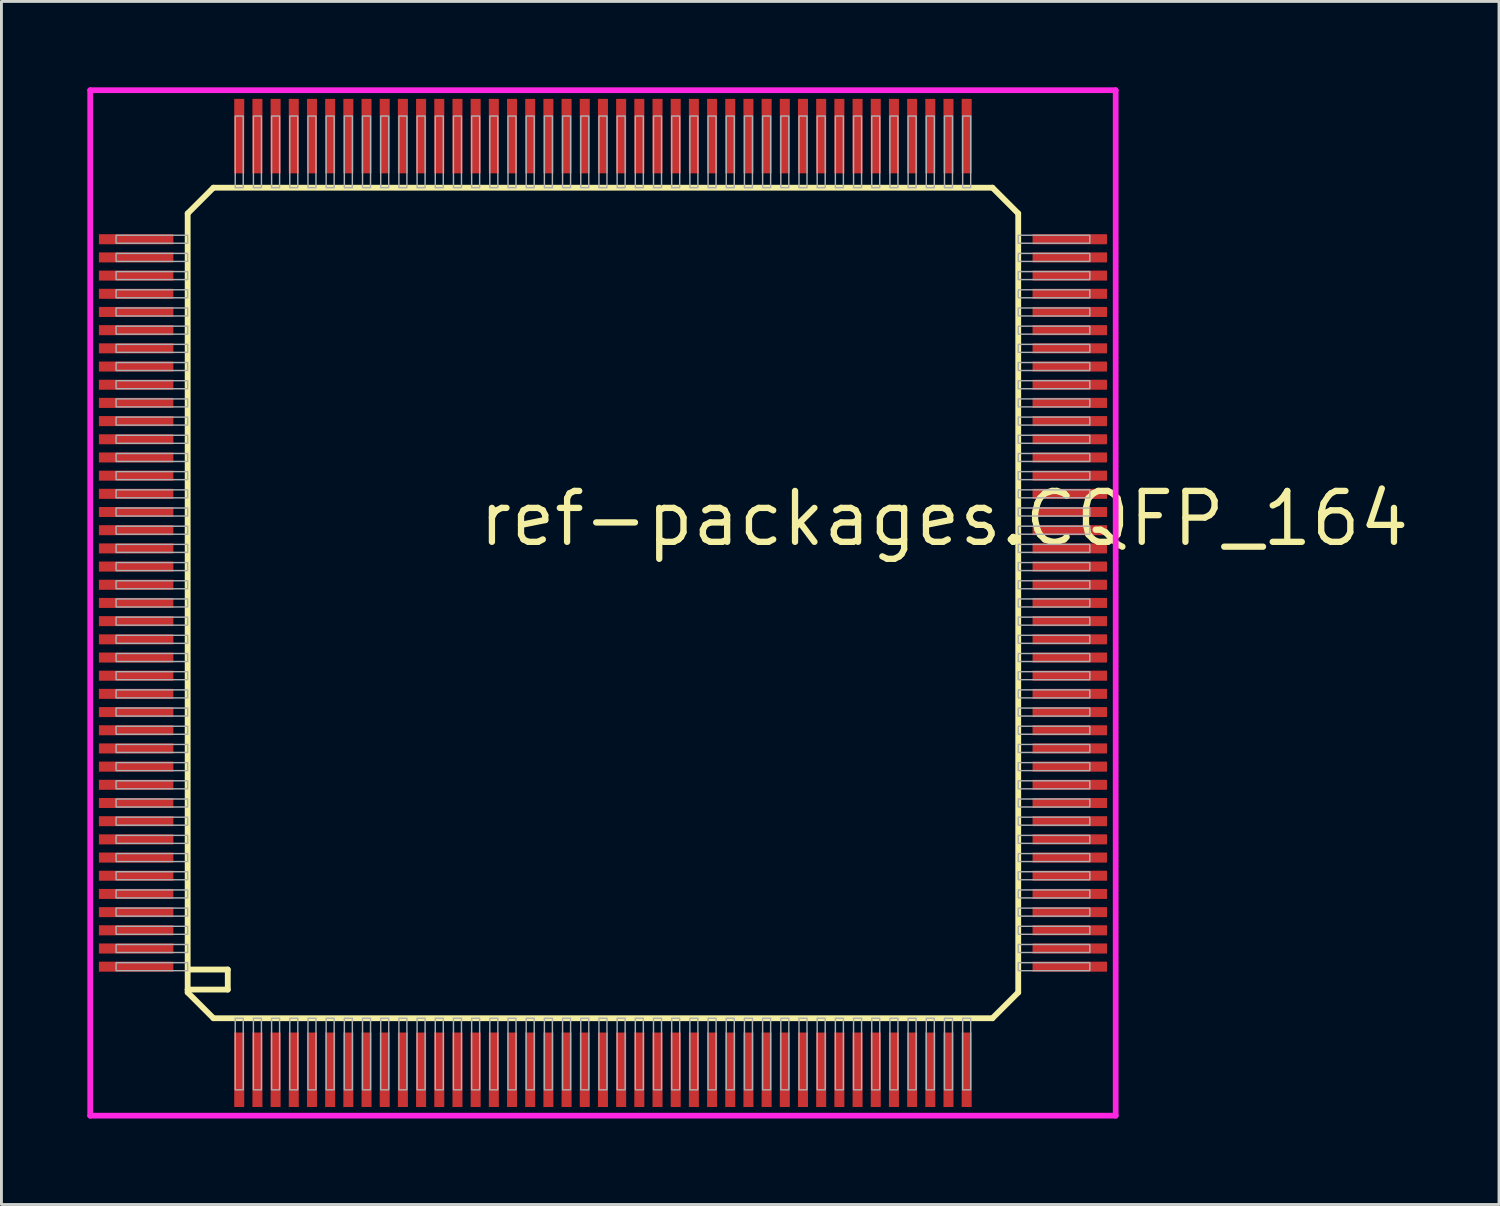
<source format=kicad_pcb>
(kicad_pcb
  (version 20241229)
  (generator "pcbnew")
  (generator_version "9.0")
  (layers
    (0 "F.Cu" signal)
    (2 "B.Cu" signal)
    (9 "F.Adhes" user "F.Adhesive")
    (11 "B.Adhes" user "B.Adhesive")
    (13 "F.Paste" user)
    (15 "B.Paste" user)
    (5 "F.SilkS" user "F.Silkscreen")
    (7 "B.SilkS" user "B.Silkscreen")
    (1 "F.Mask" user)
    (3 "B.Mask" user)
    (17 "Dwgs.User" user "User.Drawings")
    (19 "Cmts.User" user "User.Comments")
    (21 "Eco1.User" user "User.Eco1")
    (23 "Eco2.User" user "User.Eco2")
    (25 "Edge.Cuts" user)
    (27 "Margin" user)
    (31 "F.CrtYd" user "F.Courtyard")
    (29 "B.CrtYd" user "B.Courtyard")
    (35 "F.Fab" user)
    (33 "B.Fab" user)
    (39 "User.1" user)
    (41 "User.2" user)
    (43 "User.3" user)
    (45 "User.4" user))
  (footprint "ref-packages.CQFP_164"
    (layer "F.Cu")
    (at 18.003 18.003)
    (property "Reference" "ref-packages.CQFP_164" (at -4.445 -1.905 0) (layer "F.SilkS") (effects (font (size 1.778 1.778) (thickness 0.22)) (justify left bottom)))
    (attr smd)
    (fp_line (start -14.5 -13.6) (end -14.5 13.5) (stroke (width 0.203) (type default)) (layer "F.SilkS"))
    (fp_line (start -14.5 -13.6) (end -13.6 -14.5) (stroke (width 0.203) (type default)) (layer "F.SilkS"))
    (fp_line (start -14.5 13.5) (end -14.5 13.6) (stroke (width 0.203) (type default)) (layer "F.SilkS"))
    (fp_line (start -14.5 13.5) (end -13.1 13.5) (stroke (width 0.203) (type default)) (layer "F.SilkS"))
    (fp_line (start -14.5 13.6) (end -13.6 14.5) (stroke (width 0.203) (type default)) (layer "F.SilkS"))
    (fp_line (start -13.6 14.5) (end 13.6 14.5) (stroke (width 0.203) (type default)) (layer "F.SilkS"))
    (fp_line (start -13.1 12.8) (end -14.4 12.8) (stroke (width 0.203) (type default)) (layer "F.SilkS"))
    (fp_line (start -13.1 13.5) (end -13.1 12.8) (stroke (width 0.203) (type default)) (layer "F.SilkS"))
    (fp_line (start 13.6 -14.5) (end -13.6 -14.5) (stroke (width 0.203) (type default)) (layer "F.SilkS"))
    (fp_line (start 13.6 -14.5) (end 14.5 -13.6) (stroke (width 0.203) (type default)) (layer "F.SilkS"))
    (fp_line (start 13.6 14.5) (end 14.5 13.6) (stroke (width 0.203) (type default)) (layer "F.SilkS"))
    (fp_line (start 14.5 13.6) (end 14.5 -13.6) (stroke (width 0.203) (type default)) (layer "F.SilkS"))
    (fp_line (start -17.903 -17.903) (end 17.903 -17.903) (stroke (width 0.2) (type default)) (layer "F.CrtYd"))
    (fp_line (start -17.903 17.903) (end -17.903 -17.903) (stroke (width 0.2) (type default)) (layer "F.CrtYd"))
    (fp_line (start 17.903 -17.903) (end 17.903 17.903) (stroke (width 0.2) (type default)) (layer "F.CrtYd"))
    (fp_line (start 17.903 17.903) (end -17.903 17.903) (stroke (width 0.2) (type default)) (layer "F.CrtYd"))
    (fp_rect (start -17 -12.56) (end -14.5 -12.84) (stroke (width 0.05) (type default)) (fill no) (layer "F.Fab"))
    (fp_rect (start -17 -11.925) (end -14.5 -12.205) (stroke (width 0.05) (type default)) (fill no) (layer "F.Fab"))
    (fp_rect (start -17 -11.29) (end -14.5 -11.57) (stroke (width 0.05) (type default)) (fill no) (layer "F.Fab"))
    (fp_rect (start -17 -10.655) (end -14.5 -10.935) (stroke (width 0.05) (type default)) (fill no) (layer "F.Fab"))
    (fp_rect (start -17 -10.02) (end -14.5 -10.3) (stroke (width 0.05) (type default)) (fill no) (layer "F.Fab"))
    (fp_rect (start -17 -9.385) (end -14.5 -9.665) (stroke (width 0.05) (type default)) (fill no) (layer "F.Fab"))
    (fp_rect (start -17 -8.75) (end -14.5 -9.03) (stroke (width 0.05) (type default)) (fill no) (layer "F.Fab"))
    (fp_rect (start -17 -8.115) (end -14.5 -8.395) (stroke (width 0.05) (type default)) (fill no) (layer "F.Fab"))
    (fp_rect (start -17 -7.48) (end -14.5 -7.76) (stroke (width 0.05) (type default)) (fill no) (layer "F.Fab"))
    (fp_rect (start -17 -6.845) (end -14.5 -7.125) (stroke (width 0.05) (type default)) (fill no) (layer "F.Fab"))
    (fp_rect (start -17 -6.21) (end -14.5 -6.49) (stroke (width 0.05) (type default)) (fill no) (layer "F.Fab"))
    (fp_rect (start -17 -5.575) (end -14.5 -5.855) (stroke (width 0.05) (type default)) (fill no) (layer "F.Fab"))
    (fp_rect (start -17 -4.94) (end -14.5 -5.22) (stroke (width 0.05) (type default)) (fill no) (layer "F.Fab"))
    (fp_rect (start -17 -4.305) (end -14.5 -4.585) (stroke (width 0.05) (type default)) (fill no) (layer "F.Fab"))
    (fp_rect (start -17 -3.67) (end -14.5 -3.95) (stroke (width 0.05) (type default)) (fill no) (layer "F.Fab"))
    (fp_rect (start -17 -3.035) (end -14.5 -3.315) (stroke (width 0.05) (type default)) (fill no) (layer "F.Fab"))
    (fp_rect (start -17 -2.4) (end -14.5 -2.68) (stroke (width 0.05) (type default)) (fill no) (layer "F.Fab"))
    (fp_rect (start -17 -1.765) (end -14.5 -2.045) (stroke (width 0.05) (type default)) (fill no) (layer "F.Fab"))
    (fp_rect (start -17 -1.13) (end -14.5 -1.41) (stroke (width 0.05) (type default)) (fill no) (layer "F.Fab"))
    (fp_rect (start -17 -0.495) (end -14.5 -0.775) (stroke (width 0.05) (type default)) (fill no) (layer "F.Fab"))
    (fp_rect (start -17 0.14) (end -14.5 -0.14) (stroke (width 0.05) (type default)) (fill no) (layer "F.Fab"))
    (fp_rect (start -17 0.775) (end -14.5 0.495) (stroke (width 0.05) (type default)) (fill no) (layer "F.Fab"))
    (fp_rect (start -17 1.41) (end -14.5 1.13) (stroke (width 0.05) (type default)) (fill no) (layer "F.Fab"))
    (fp_rect (start -17 2.045) (end -14.5 1.765) (stroke (width 0.05) (type default)) (fill no) (layer "F.Fab"))
    (fp_rect (start -17 2.68) (end -14.5 2.4) (stroke (width 0.05) (type default)) (fill no) (layer "F.Fab"))
    (fp_rect (start -17 3.315) (end -14.5 3.035) (stroke (width 0.05) (type default)) (fill no) (layer "F.Fab"))
    (fp_rect (start -17 3.95) (end -14.5 3.67) (stroke (width 0.05) (type default)) (fill no) (layer "F.Fab"))
    (fp_rect (start -17 4.585) (end -14.5 4.305) (stroke (width 0.05) (type default)) (fill no) (layer "F.Fab"))
    (fp_rect (start -17 5.22) (end -14.5 4.94) (stroke (width 0.05) (type default)) (fill no) (layer "F.Fab"))
    (fp_rect (start -17 5.855) (end -14.5 5.575) (stroke (width 0.05) (type default)) (fill no) (layer "F.Fab"))
    (fp_rect (start -17 6.49) (end -14.5 6.21) (stroke (width 0.05) (type default)) (fill no) (layer "F.Fab"))
    (fp_rect (start -17 7.125) (end -14.5 6.845) (stroke (width 0.05) (type default)) (fill no) (layer "F.Fab"))
    (fp_rect (start -17 7.76) (end -14.5 7.48) (stroke (width 0.05) (type default)) (fill no) (layer "F.Fab"))
    (fp_rect (start -17 8.395) (end -14.5 8.115) (stroke (width 0.05) (type default)) (fill no) (layer "F.Fab"))
    (fp_rect (start -17 9.03) (end -14.5 8.75) (stroke (width 0.05) (type default)) (fill no) (layer "F.Fab"))
    (fp_rect (start -17 9.665) (end -14.5 9.385) (stroke (width 0.05) (type default)) (fill no) (layer "F.Fab"))
    (fp_rect (start -17 10.3) (end -14.5 10.02) (stroke (width 0.05) (type default)) (fill no) (layer "F.Fab"))
    (fp_rect (start -17 10.935) (end -14.5 10.655) (stroke (width 0.05) (type default)) (fill no) (layer "F.Fab"))
    (fp_rect (start -17 11.57) (end -14.5 11.29) (stroke (width 0.05) (type default)) (fill no) (layer "F.Fab"))
    (fp_rect (start -17 12.205) (end -14.5 11.925) (stroke (width 0.05) (type default)) (fill no) (layer "F.Fab"))
    (fp_rect (start -17 12.84) (end -14.5 12.56) (stroke (width 0.05) (type default)) (fill no) (layer "F.Fab"))
    (fp_rect (start -12.84 -14.5) (end -12.56 -17) (stroke (width 0.05) (type default)) (fill no) (layer "F.Fab"))
    (fp_rect (start -12.84 17) (end -12.56 14.5) (stroke (width 0.05) (type default)) (fill no) (layer "F.Fab"))
    (fp_rect (start -12.205 -14.5) (end -11.925 -17) (stroke (width 0.05) (type default)) (fill no) (layer "F.Fab"))
    (fp_rect (start -12.205 17) (end -11.925 14.5) (stroke (width 0.05) (type default)) (fill no) (layer "F.Fab"))
    (fp_rect (start -11.57 -14.5) (end -11.29 -17) (stroke (width 0.05) (type default)) (fill no) (layer "F.Fab"))
    (fp_rect (start -11.57 17) (end -11.29 14.5) (stroke (width 0.05) (type default)) (fill no) (layer "F.Fab"))
    (fp_rect (start -10.935 -14.5) (end -10.655 -17) (stroke (width 0.05) (type default)) (fill no) (layer "F.Fab"))
    (fp_rect (start -10.935 17) (end -10.655 14.5) (stroke (width 0.05) (type default)) (fill no) (layer "F.Fab"))
    (fp_rect (start -10.3 -14.5) (end -10.02 -17) (stroke (width 0.05) (type default)) (fill no) (layer "F.Fab"))
    (fp_rect (start -10.3 17) (end -10.02 14.5) (stroke (width 0.05) (type default)) (fill no) (layer "F.Fab"))
    (fp_rect (start -9.665 -14.5) (end -9.385 -17) (stroke (width 0.05) (type default)) (fill no) (layer "F.Fab"))
    (fp_rect (start -9.665 17) (end -9.385 14.5) (stroke (width 0.05) (type default)) (fill no) (layer "F.Fab"))
    (fp_rect (start -9.03 -14.5) (end -8.75 -17) (stroke (width 0.05) (type default)) (fill no) (layer "F.Fab"))
    (fp_rect (start -9.03 17) (end -8.75 14.5) (stroke (width 0.05) (type default)) (fill no) (layer "F.Fab"))
    (fp_rect (start -8.395 -14.5) (end -8.115 -17) (stroke (width 0.05) (type default)) (fill no) (layer "F.Fab"))
    (fp_rect (start -8.395 17) (end -8.115 14.5) (stroke (width 0.05) (type default)) (fill no) (layer "F.Fab"))
    (fp_rect (start -7.76 -14.5) (end -7.48 -17) (stroke (width 0.05) (type default)) (fill no) (layer "F.Fab"))
    (fp_rect (start -7.76 17) (end -7.48 14.5) (stroke (width 0.05) (type default)) (fill no) (layer "F.Fab"))
    (fp_rect (start -7.125 -14.5) (end -6.845 -17) (stroke (width 0.05) (type default)) (fill no) (layer "F.Fab"))
    (fp_rect (start -7.125 17) (end -6.845 14.5) (stroke (width 0.05) (type default)) (fill no) (layer "F.Fab"))
    (fp_rect (start -6.49 -14.5) (end -6.21 -17) (stroke (width 0.05) (type default)) (fill no) (layer "F.Fab"))
    (fp_rect (start -6.49 17) (end -6.21 14.5) (stroke (width 0.05) (type default)) (fill no) (layer "F.Fab"))
    (fp_rect (start -5.855 -14.5) (end -5.575 -17) (stroke (width 0.05) (type default)) (fill no) (layer "F.Fab"))
    (fp_rect (start -5.855 17) (end -5.575 14.5) (stroke (width 0.05) (type default)) (fill no) (layer "F.Fab"))
    (fp_rect (start -5.22 -14.5) (end -4.94 -17) (stroke (width 0.05) (type default)) (fill no) (layer "F.Fab"))
    (fp_rect (start -5.22 17) (end -4.94 14.5) (stroke (width 0.05) (type default)) (fill no) (layer "F.Fab"))
    (fp_rect (start -4.585 -14.5) (end -4.305 -17) (stroke (width 0.05) (type default)) (fill no) (layer "F.Fab"))
    (fp_rect (start -4.585 17) (end -4.305 14.5) (stroke (width 0.05) (type default)) (fill no) (layer "F.Fab"))
    (fp_rect (start -3.95 -14.5) (end -3.67 -17) (stroke (width 0.05) (type default)) (fill no) (layer "F.Fab"))
    (fp_rect (start -3.95 17) (end -3.67 14.5) (stroke (width 0.05) (type default)) (fill no) (layer "F.Fab"))
    (fp_rect (start -3.315 -14.5) (end -3.035 -17) (stroke (width 0.05) (type default)) (fill no) (layer "F.Fab"))
    (fp_rect (start -3.315 17) (end -3.035 14.5) (stroke (width 0.05) (type default)) (fill no) (layer "F.Fab"))
    (fp_rect (start -2.68 -14.5) (end -2.4 -17) (stroke (width 0.05) (type default)) (fill no) (layer "F.Fab"))
    (fp_rect (start -2.68 17) (end -2.4 14.5) (stroke (width 0.05) (type default)) (fill no) (layer "F.Fab"))
    (fp_rect (start -2.045 -14.5) (end -1.765 -17) (stroke (width 0.05) (type default)) (fill no) (layer "F.Fab"))
    (fp_rect (start -2.045 17) (end -1.765 14.5) (stroke (width 0.05) (type default)) (fill no) (layer "F.Fab"))
    (fp_rect (start -1.41 -14.5) (end -1.13 -17) (stroke (width 0.05) (type default)) (fill no) (layer "F.Fab"))
    (fp_rect (start -1.41 17) (end -1.13 14.5) (stroke (width 0.05) (type default)) (fill no) (layer "F.Fab"))
    (fp_rect (start -0.775 -14.5) (end -0.495 -17) (stroke (width 0.05) (type default)) (fill no) (layer "F.Fab"))
    (fp_rect (start -0.775 17) (end -0.495 14.5) (stroke (width 0.05) (type default)) (fill no) (layer "F.Fab"))
    (fp_rect (start -0.14 -14.5) (end 0.14 -17) (stroke (width 0.05) (type default)) (fill no) (layer "F.Fab"))
    (fp_rect (start -0.14 17) (end 0.14 14.5) (stroke (width 0.05) (type default)) (fill no) (layer "F.Fab"))
    (fp_rect (start 0.495 -14.5) (end 0.775 -17) (stroke (width 0.05) (type default)) (fill no) (layer "F.Fab"))
    (fp_rect (start 0.495 17) (end 0.775 14.5) (stroke (width 0.05) (type default)) (fill no) (layer "F.Fab"))
    (fp_rect (start 1.13 -14.5) (end 1.41 -17) (stroke (width 0.05) (type default)) (fill no) (layer "F.Fab"))
    (fp_rect (start 1.13 17) (end 1.41 14.5) (stroke (width 0.05) (type default)) (fill no) (layer "F.Fab"))
    (fp_rect (start 1.765 -14.5) (end 2.045 -17) (stroke (width 0.05) (type default)) (fill no) (layer "F.Fab"))
    (fp_rect (start 1.765 17) (end 2.045 14.5) (stroke (width 0.05) (type default)) (fill no) (layer "F.Fab"))
    (fp_rect (start 2.4 -14.5) (end 2.68 -17) (stroke (width 0.05) (type default)) (fill no) (layer "F.Fab"))
    (fp_rect (start 2.4 17) (end 2.68 14.5) (stroke (width 0.05) (type default)) (fill no) (layer "F.Fab"))
    (fp_rect (start 3.035 -14.5) (end 3.315 -17) (stroke (width 0.05) (type default)) (fill no) (layer "F.Fab"))
    (fp_rect (start 3.035 17) (end 3.315 14.5) (stroke (width 0.05) (type default)) (fill no) (layer "F.Fab"))
    (fp_rect (start 3.67 -14.5) (end 3.95 -17) (stroke (width 0.05) (type default)) (fill no) (layer "F.Fab"))
    (fp_rect (start 3.67 17) (end 3.95 14.5) (stroke (width 0.05) (type default)) (fill no) (layer "F.Fab"))
    (fp_rect (start 4.305 -14.5) (end 4.585 -17) (stroke (width 0.05) (type default)) (fill no) (layer "F.Fab"))
    (fp_rect (start 4.305 17) (end 4.585 14.5) (stroke (width 0.05) (type default)) (fill no) (layer "F.Fab"))
    (fp_rect (start 4.94 -14.5) (end 5.22 -17) (stroke (width 0.05) (type default)) (fill no) (layer "F.Fab"))
    (fp_rect (start 4.94 17) (end 5.22 14.5) (stroke (width 0.05) (type default)) (fill no) (layer "F.Fab"))
    (fp_rect (start 5.575 -14.5) (end 5.855 -17) (stroke (width 0.05) (type default)) (fill no) (layer "F.Fab"))
    (fp_rect (start 5.575 17) (end 5.855 14.5) (stroke (width 0.05) (type default)) (fill no) (layer "F.Fab"))
    (fp_rect (start 6.21 -14.5) (end 6.49 -17) (stroke (width 0.05) (type default)) (fill no) (layer "F.Fab"))
    (fp_rect (start 6.21 17) (end 6.49 14.5) (stroke (width 0.05) (type default)) (fill no) (layer "F.Fab"))
    (fp_rect (start 6.845 -14.5) (end 7.125 -17) (stroke (width 0.05) (type default)) (fill no) (layer "F.Fab"))
    (fp_rect (start 6.845 17) (end 7.125 14.5) (stroke (width 0.05) (type default)) (fill no) (layer "F.Fab"))
    (fp_rect (start 7.48 -14.5) (end 7.76 -17) (stroke (width 0.05) (type default)) (fill no) (layer "F.Fab"))
    (fp_rect (start 7.48 17) (end 7.76 14.5) (stroke (width 0.05) (type default)) (fill no) (layer "F.Fab"))
    (fp_rect (start 8.115 -14.5) (end 8.395 -17) (stroke (width 0.05) (type default)) (fill no) (layer "F.Fab"))
    (fp_rect (start 8.115 17) (end 8.395 14.5) (stroke (width 0.05) (type default)) (fill no) (layer "F.Fab"))
    (fp_rect (start 8.75 -14.5) (end 9.03 -17) (stroke (width 0.05) (type default)) (fill no) (layer "F.Fab"))
    (fp_rect (start 8.75 17) (end 9.03 14.5) (stroke (width 0.05) (type default)) (fill no) (layer "F.Fab"))
    (fp_rect (start 9.385 -14.5) (end 9.665 -17) (stroke (width 0.05) (type default)) (fill no) (layer "F.Fab"))
    (fp_rect (start 9.385 17) (end 9.665 14.5) (stroke (width 0.05) (type default)) (fill no) (layer "F.Fab"))
    (fp_rect (start 10.02 -14.5) (end 10.3 -17) (stroke (width 0.05) (type default)) (fill no) (layer "F.Fab"))
    (fp_rect (start 10.02 17) (end 10.3 14.5) (stroke (width 0.05) (type default)) (fill no) (layer "F.Fab"))
    (fp_rect (start 10.655 -14.5) (end 10.935 -17) (stroke (width 0.05) (type default)) (fill no) (layer "F.Fab"))
    (fp_rect (start 10.655 17) (end 10.935 14.5) (stroke (width 0.05) (type default)) (fill no) (layer "F.Fab"))
    (fp_rect (start 11.29 -14.5) (end 11.57 -17) (stroke (width 0.05) (type default)) (fill no) (layer "F.Fab"))
    (fp_rect (start 11.29 17) (end 11.57 14.5) (stroke (width 0.05) (type default)) (fill no) (layer "F.Fab"))
    (fp_rect (start 11.925 -14.5) (end 12.205 -17) (stroke (width 0.05) (type default)) (fill no) (layer "F.Fab"))
    (fp_rect (start 11.925 17) (end 12.205 14.5) (stroke (width 0.05) (type default)) (fill no) (layer "F.Fab"))
    (fp_rect (start 12.56 -14.5) (end 12.84 -17) (stroke (width 0.05) (type default)) (fill no) (layer "F.Fab"))
    (fp_rect (start 12.56 17) (end 12.84 14.5) (stroke (width 0.05) (type default)) (fill no) (layer "F.Fab"))
    (fp_rect (start 14.5 -12.56) (end 17 -12.84) (stroke (width 0.05) (type default)) (fill no) (layer "F.Fab"))
    (fp_rect (start 14.5 -11.925) (end 17 -12.205) (stroke (width 0.05) (type default)) (fill no) (layer "F.Fab"))
    (fp_rect (start 14.5 -11.29) (end 17 -11.57) (stroke (width 0.05) (type default)) (fill no) (layer "F.Fab"))
    (fp_rect (start 14.5 -10.655) (end 17 -10.935) (stroke (width 0.05) (type default)) (fill no) (layer "F.Fab"))
    (fp_rect (start 14.5 -10.02) (end 17 -10.3) (stroke (width 0.05) (type default)) (fill no) (layer "F.Fab"))
    (fp_rect (start 14.5 -9.385) (end 17 -9.665) (stroke (width 0.05) (type default)) (fill no) (layer "F.Fab"))
    (fp_rect (start 14.5 -8.75) (end 17 -9.03) (stroke (width 0.05) (type default)) (fill no) (layer "F.Fab"))
    (fp_rect (start 14.5 -8.115) (end 17 -8.395) (stroke (width 0.05) (type default)) (fill no) (layer "F.Fab"))
    (fp_rect (start 14.5 -7.48) (end 17 -7.76) (stroke (width 0.05) (type default)) (fill no) (layer "F.Fab"))
    (fp_rect (start 14.5 -6.845) (end 17 -7.125) (stroke (width 0.05) (type default)) (fill no) (layer "F.Fab"))
    (fp_rect (start 14.5 -6.21) (end 17 -6.49) (stroke (width 0.05) (type default)) (fill no) (layer "F.Fab"))
    (fp_rect (start 14.5 -5.575) (end 17 -5.855) (stroke (width 0.05) (type default)) (fill no) (layer "F.Fab"))
    (fp_rect (start 14.5 -4.94) (end 17 -5.22) (stroke (width 0.05) (type default)) (fill no) (layer "F.Fab"))
    (fp_rect (start 14.5 -4.305) (end 17 -4.585) (stroke (width 0.05) (type default)) (fill no) (layer "F.Fab"))
    (fp_rect (start 14.5 -3.67) (end 17 -3.95) (stroke (width 0.05) (type default)) (fill no) (layer "F.Fab"))
    (fp_rect (start 14.5 -3.035) (end 17 -3.315) (stroke (width 0.05) (type default)) (fill no) (layer "F.Fab"))
    (fp_rect (start 14.5 -2.4) (end 17 -2.68) (stroke (width 0.05) (type default)) (fill no) (layer "F.Fab"))
    (fp_rect (start 14.5 -1.765) (end 17 -2.045) (stroke (width 0.05) (type default)) (fill no) (layer "F.Fab"))
    (fp_rect (start 14.5 -1.13) (end 17 -1.41) (stroke (width 0.05) (type default)) (fill no) (layer "F.Fab"))
    (fp_rect (start 14.5 -0.495) (end 17 -0.775) (stroke (width 0.05) (type default)) (fill no) (layer "F.Fab"))
    (fp_rect (start 14.5 0.14) (end 17 -0.14) (stroke (width 0.05) (type default)) (fill no) (layer "F.Fab"))
    (fp_rect (start 14.5 0.775) (end 17 0.495) (stroke (width 0.05) (type default)) (fill no) (layer "F.Fab"))
    (fp_rect (start 14.5 1.41) (end 17 1.13) (stroke (width 0.05) (type default)) (fill no) (layer "F.Fab"))
    (fp_rect (start 14.5 2.045) (end 17 1.765) (stroke (width 0.05) (type default)) (fill no) (layer "F.Fab"))
    (fp_rect (start 14.5 2.68) (end 17 2.4) (stroke (width 0.05) (type default)) (fill no) (layer "F.Fab"))
    (fp_rect (start 14.5 3.315) (end 17 3.035) (stroke (width 0.05) (type default)) (fill no) (layer "F.Fab"))
    (fp_rect (start 14.5 3.95) (end 17 3.67) (stroke (width 0.05) (type default)) (fill no) (layer "F.Fab"))
    (fp_rect (start 14.5 4.585) (end 17 4.305) (stroke (width 0.05) (type default)) (fill no) (layer "F.Fab"))
    (fp_rect (start 14.5 5.22) (end 17 4.94) (stroke (width 0.05) (type default)) (fill no) (layer "F.Fab"))
    (fp_rect (start 14.5 5.855) (end 17 5.575) (stroke (width 0.05) (type default)) (fill no) (layer "F.Fab"))
    (fp_rect (start 14.5 6.49) (end 17 6.21) (stroke (width 0.05) (type default)) (fill no) (layer "F.Fab"))
    (fp_rect (start 14.5 7.125) (end 17 6.845) (stroke (width 0.05) (type default)) (fill no) (layer "F.Fab"))
    (fp_rect (start 14.5 7.76) (end 17 7.48) (stroke (width 0.05) (type default)) (fill no) (layer "F.Fab"))
    (fp_rect (start 14.5 8.395) (end 17 8.115) (stroke (width 0.05) (type default)) (fill no) (layer "F.Fab"))
    (fp_rect (start 14.5 9.03) (end 17 8.75) (stroke (width 0.05) (type default)) (fill no) (layer "F.Fab"))
    (fp_rect (start 14.5 9.665) (end 17 9.385) (stroke (width 0.05) (type default)) (fill no) (layer "F.Fab"))
    (fp_rect (start 14.5 10.3) (end 17 10.02) (stroke (width 0.05) (type default)) (fill no) (layer "F.Fab"))
    (fp_rect (start 14.5 10.935) (end 17 10.655) (stroke (width 0.05) (type default)) (fill no) (layer "F.Fab"))
    (fp_rect (start 14.5 11.57) (end 17 11.29) (stroke (width 0.05) (type default)) (fill no) (layer "F.Fab"))
    (fp_rect (start 14.5 12.205) (end 17 11.925) (stroke (width 0.05) (type default)) (fill no) (layer "F.Fab"))
    (fp_rect (start 14.5 12.84) (end 17 12.56) (stroke (width 0.05) (type default)) (fill no) (layer "F.Fab"))
    (pad "1" smd roundrect (at -12.7 16.3) (size 0.35 2.6) (layers "F.Cu" "F.Mask" "F.Paste") (roundrect_rratio 0.01))
    (pad "2" smd roundrect (at -12.065 16.3) (size 0.35 2.6) (layers "F.Cu" "F.Mask" "F.Paste") (roundrect_rratio 0.01))
    (pad "3" smd roundrect (at -11.43 16.3) (size 0.35 2.6) (layers "F.Cu" "F.Mask" "F.Paste") (roundrect_rratio 0.01))
    (pad "4" smd roundrect (at -10.795 16.3) (size 0.35 2.6) (layers "F.Cu" "F.Mask" "F.Paste") (roundrect_rratio 0.01))
    (pad "5" smd roundrect (at -10.16 16.3) (size 0.35 2.6) (layers "F.Cu" "F.Mask" "F.Paste") (roundrect_rratio 0.01))
    (pad "6" smd roundrect (at -9.525 16.3) (size 0.35 2.6) (layers "F.Cu" "F.Mask" "F.Paste") (roundrect_rratio 0.01))
    (pad "7" smd roundrect (at -8.89 16.3) (size 0.35 2.6) (layers "F.Cu" "F.Mask" "F.Paste") (roundrect_rratio 0.01))
    (pad "8" smd roundrect (at -8.255 16.3) (size 0.35 2.6) (layers "F.Cu" "F.Mask" "F.Paste") (roundrect_rratio 0.01))
    (pad "9" smd roundrect (at -7.62 16.3) (size 0.35 2.6) (layers "F.Cu" "F.Mask" "F.Paste") (roundrect_rratio 0.01))
    (pad "10" smd roundrect (at -6.985 16.3) (size 0.35 2.6) (layers "F.Cu" "F.Mask" "F.Paste") (roundrect_rratio 0.01))
    (pad "11" smd roundrect (at -6.35 16.3) (size 0.35 2.6) (layers "F.Cu" "F.Mask" "F.Paste") (roundrect_rratio 0.01))
    (pad "12" smd roundrect (at -5.715 16.3) (size 0.35 2.6) (layers "F.Cu" "F.Mask" "F.Paste") (roundrect_rratio 0.01))
    (pad "13" smd roundrect (at -5.08 16.3) (size 0.35 2.6) (layers "F.Cu" "F.Mask" "F.Paste") (roundrect_rratio 0.01))
    (pad "14" smd roundrect (at -4.445 16.3) (size 0.35 2.6) (layers "F.Cu" "F.Mask" "F.Paste") (roundrect_rratio 0.01))
    (pad "15" smd roundrect (at -3.81 16.3) (size 0.35 2.6) (layers "F.Cu" "F.Mask" "F.Paste") (roundrect_rratio 0.01))
    (pad "16" smd roundrect (at -3.175 16.3) (size 0.35 2.6) (layers "F.Cu" "F.Mask" "F.Paste") (roundrect_rratio 0.01))
    (pad "17" smd roundrect (at -2.54 16.3) (size 0.35 2.6) (layers "F.Cu" "F.Mask" "F.Paste") (roundrect_rratio 0.01))
    (pad "18" smd roundrect (at -1.905 16.3) (size 0.35 2.6) (layers "F.Cu" "F.Mask" "F.Paste") (roundrect_rratio 0.01))
    (pad "19" smd roundrect (at -1.27 16.3) (size 0.35 2.6) (layers "F.Cu" "F.Mask" "F.Paste") (roundrect_rratio 0.01))
    (pad "20" smd roundrect (at -0.635 16.3) (size 0.35 2.6) (layers "F.Cu" "F.Mask" "F.Paste") (roundrect_rratio 0.01))
    (pad "21" smd roundrect (at 0 16.3) (size 0.35 2.6) (layers "F.Cu" "F.Mask" "F.Paste") (roundrect_rratio 0.01))
    (pad "22" smd roundrect (at 0.635 16.3) (size 0.35 2.6) (layers "F.Cu" "F.Mask" "F.Paste") (roundrect_rratio 0.01))
    (pad "23" smd roundrect (at 1.27 16.3) (size 0.35 2.6) (layers "F.Cu" "F.Mask" "F.Paste") (roundrect_rratio 0.01))
    (pad "24" smd roundrect (at 1.905 16.3) (size 0.35 2.6) (layers "F.Cu" "F.Mask" "F.Paste") (roundrect_rratio 0.01))
    (pad "25" smd roundrect (at 2.54 16.3) (size 0.35 2.6) (layers "F.Cu" "F.Mask" "F.Paste") (roundrect_rratio 0.01))
    (pad "26" smd roundrect (at 3.175 16.3) (size 0.35 2.6) (layers "F.Cu" "F.Mask" "F.Paste") (roundrect_rratio 0.01))
    (pad "27" smd roundrect (at 3.81 16.3) (size 0.35 2.6) (layers "F.Cu" "F.Mask" "F.Paste") (roundrect_rratio 0.01))
    (pad "28" smd roundrect (at 4.445 16.3) (size 0.35 2.6) (layers "F.Cu" "F.Mask" "F.Paste") (roundrect_rratio 0.01))
    (pad "29" smd roundrect (at 5.08 16.3) (size 0.35 2.6) (layers "F.Cu" "F.Mask" "F.Paste") (roundrect_rratio 0.01))
    (pad "30" smd roundrect (at 5.715 16.3) (size 0.35 2.6) (layers "F.Cu" "F.Mask" "F.Paste") (roundrect_rratio 0.01))
    (pad "31" smd roundrect (at 6.35 16.3) (size 0.35 2.6) (layers "F.Cu" "F.Mask" "F.Paste") (roundrect_rratio 0.01))
    (pad "32" smd roundrect (at 6.985 16.3) (size 0.35 2.6) (layers "F.Cu" "F.Mask" "F.Paste") (roundrect_rratio 0.01))
    (pad "33" smd roundrect (at 7.62 16.3) (size 0.35 2.6) (layers "F.Cu" "F.Mask" "F.Paste") (roundrect_rratio 0.01))
    (pad "34" smd roundrect (at 8.255 16.3) (size 0.35 2.6) (layers "F.Cu" "F.Mask" "F.Paste") (roundrect_rratio 0.01))
    (pad "35" smd roundrect (at 8.89 16.3) (size 0.35 2.6) (layers "F.Cu" "F.Mask" "F.Paste") (roundrect_rratio 0.01))
    (pad "36" smd roundrect (at 9.525 16.3) (size 0.35 2.6) (layers "F.Cu" "F.Mask" "F.Paste") (roundrect_rratio 0.01))
    (pad "37" smd roundrect (at 10.16 16.3) (size 0.35 2.6) (layers "F.Cu" "F.Mask" "F.Paste") (roundrect_rratio 0.01))
    (pad "38" smd roundrect (at 10.795 16.3) (size 0.35 2.6) (layers "F.Cu" "F.Mask" "F.Paste") (roundrect_rratio 0.01))
    (pad "39" smd roundrect (at 11.43 16.3) (size 0.35 2.6) (layers "F.Cu" "F.Mask" "F.Paste") (roundrect_rratio 0.01))
    (pad "40" smd roundrect (at 12.065 16.3) (size 0.35 2.6) (layers "F.Cu" "F.Mask" "F.Paste") (roundrect_rratio 0.01))
    (pad "41" smd roundrect (at 12.7 16.3) (size 0.35 2.6) (layers "F.Cu" "F.Mask" "F.Paste") (roundrect_rratio 0.01))
    (pad "42" smd roundrect (at 16.3 12.7) (size 2.6 0.35) (layers "F.Cu" "F.Mask" "F.Paste") (roundrect_rratio 0.01))
    (pad "43" smd roundrect (at 16.3 12.065) (size 2.6 0.35) (layers "F.Cu" "F.Mask" "F.Paste") (roundrect_rratio 0.01))
    (pad "44" smd roundrect (at 16.3 11.43) (size 2.6 0.35) (layers "F.Cu" "F.Mask" "F.Paste") (roundrect_rratio 0.01))
    (pad "45" smd roundrect (at 16.3 10.795) (size 2.6 0.35) (layers "F.Cu" "F.Mask" "F.Paste") (roundrect_rratio 0.01))
    (pad "46" smd roundrect (at 16.3 10.16) (size 2.6 0.35) (layers "F.Cu" "F.Mask" "F.Paste") (roundrect_rratio 0.01))
    (pad "47" smd roundrect (at 16.3 9.525) (size 2.6 0.35) (layers "F.Cu" "F.Mask" "F.Paste") (roundrect_rratio 0.01))
    (pad "48" smd roundrect (at 16.3 8.89) (size 2.6 0.35) (layers "F.Cu" "F.Mask" "F.Paste") (roundrect_rratio 0.01))
    (pad "49" smd roundrect (at 16.3 8.255) (size 2.6 0.35) (layers "F.Cu" "F.Mask" "F.Paste") (roundrect_rratio 0.01))
    (pad "50" smd roundrect (at 16.3 7.62) (size 2.6 0.35) (layers "F.Cu" "F.Mask" "F.Paste") (roundrect_rratio 0.01))
    (pad "51" smd roundrect (at 16.3 6.985) (size 2.6 0.35) (layers "F.Cu" "F.Mask" "F.Paste") (roundrect_rratio 0.01))
    (pad "52" smd roundrect (at 16.3 6.35) (size 2.6 0.35) (layers "F.Cu" "F.Mask" "F.Paste") (roundrect_rratio 0.01))
    (pad "53" smd roundrect (at 16.3 5.715) (size 2.6 0.35) (layers "F.Cu" "F.Mask" "F.Paste") (roundrect_rratio 0.01))
    (pad "54" smd roundrect (at 16.3 5.08) (size 2.6 0.35) (layers "F.Cu" "F.Mask" "F.Paste") (roundrect_rratio 0.01))
    (pad "55" smd roundrect (at 16.3 4.445) (size 2.6 0.35) (layers "F.Cu" "F.Mask" "F.Paste") (roundrect_rratio 0.01))
    (pad "56" smd roundrect (at 16.3 3.81) (size 2.6 0.35) (layers "F.Cu" "F.Mask" "F.Paste") (roundrect_rratio 0.01))
    (pad "57" smd roundrect (at 16.3 3.175) (size 2.6 0.35) (layers "F.Cu" "F.Mask" "F.Paste") (roundrect_rratio 0.01))
    (pad "58" smd roundrect (at 16.3 2.54) (size 2.6 0.35) (layers "F.Cu" "F.Mask" "F.Paste") (roundrect_rratio 0.01))
    (pad "59" smd roundrect (at 16.3 1.905) (size 2.6 0.35) (layers "F.Cu" "F.Mask" "F.Paste") (roundrect_rratio 0.01))
    (pad "60" smd roundrect (at 16.3 1.27) (size 2.6 0.35) (layers "F.Cu" "F.Mask" "F.Paste") (roundrect_rratio 0.01))
    (pad "61" smd roundrect (at 16.3 0.635) (size 2.6 0.35) (layers "F.Cu" "F.Mask" "F.Paste") (roundrect_rratio 0.01))
    (pad "62" smd roundrect (at 16.3 0) (size 2.6 0.35) (layers "F.Cu" "F.Mask" "F.Paste") (roundrect_rratio 0.01))
    (pad "63" smd roundrect (at 16.3 -0.635) (size 2.6 0.35) (layers "F.Cu" "F.Mask" "F.Paste") (roundrect_rratio 0.01))
    (pad "64" smd roundrect (at 16.3 -1.27) (size 2.6 0.35) (layers "F.Cu" "F.Mask" "F.Paste") (roundrect_rratio 0.01))
    (pad "65" smd roundrect (at 16.3 -1.905) (size 2.6 0.35) (layers "F.Cu" "F.Mask" "F.Paste") (roundrect_rratio 0.01))
    (pad "66" smd roundrect (at 16.3 -2.54) (size 2.6 0.35) (layers "F.Cu" "F.Mask" "F.Paste") (roundrect_rratio 0.01))
    (pad "67" smd roundrect (at 16.3 -3.175) (size 2.6 0.35) (layers "F.Cu" "F.Mask" "F.Paste") (roundrect_rratio 0.01))
    (pad "68" smd roundrect (at 16.3 -3.81) (size 2.6 0.35) (layers "F.Cu" "F.Mask" "F.Paste") (roundrect_rratio 0.01))
    (pad "69" smd roundrect (at 16.3 -4.445) (size 2.6 0.35) (layers "F.Cu" "F.Mask" "F.Paste") (roundrect_rratio 0.01))
    (pad "70" smd roundrect (at 16.3 -5.08) (size 2.6 0.35) (layers "F.Cu" "F.Mask" "F.Paste") (roundrect_rratio 0.01))
    (pad "71" smd roundrect (at 16.3 -5.715) (size 2.6 0.35) (layers "F.Cu" "F.Mask" "F.Paste") (roundrect_rratio 0.01))
    (pad "72" smd roundrect (at 16.3 -6.35) (size 2.6 0.35) (layers "F.Cu" "F.Mask" "F.Paste") (roundrect_rratio 0.01))
    (pad "73" smd roundrect (at 16.3 -6.985) (size 2.6 0.35) (layers "F.Cu" "F.Mask" "F.Paste") (roundrect_rratio 0.01))
    (pad "74" smd roundrect (at 16.3 -7.62) (size 2.6 0.35) (layers "F.Cu" "F.Mask" "F.Paste") (roundrect_rratio 0.01))
    (pad "75" smd roundrect (at 16.3 -8.255) (size 2.6 0.35) (layers "F.Cu" "F.Mask" "F.Paste") (roundrect_rratio 0.01))
    (pad "76" smd roundrect (at 16.3 -8.89) (size 2.6 0.35) (layers "F.Cu" "F.Mask" "F.Paste") (roundrect_rratio 0.01))
    (pad "77" smd roundrect (at 16.3 -9.525) (size 2.6 0.35) (layers "F.Cu" "F.Mask" "F.Paste") (roundrect_rratio 0.01))
    (pad "78" smd roundrect (at 16.3 -10.16) (size 2.6 0.35) (layers "F.Cu" "F.Mask" "F.Paste") (roundrect_rratio 0.01))
    (pad "79" smd roundrect (at 16.3 -10.795) (size 2.6 0.35) (layers "F.Cu" "F.Mask" "F.Paste") (roundrect_rratio 0.01))
    (pad "80" smd roundrect (at 16.3 -11.43) (size 2.6 0.35) (layers "F.Cu" "F.Mask" "F.Paste") (roundrect_rratio 0.01))
    (pad "81" smd roundrect (at 16.3 -12.065) (size 2.6 0.35) (layers "F.Cu" "F.Mask" "F.Paste") (roundrect_rratio 0.01))
    (pad "82" smd roundrect (at 16.3 -12.7) (size 2.6 0.35) (layers "F.Cu" "F.Mask" "F.Paste") (roundrect_rratio 0.01))
    (pad "83" smd roundrect (at 12.7 -16.3) (size 0.35 2.6) (layers "F.Cu" "F.Mask" "F.Paste") (roundrect_rratio 0.01))
    (pad "84" smd roundrect (at 12.065 -16.3) (size 0.35 2.6) (layers "F.Cu" "F.Mask" "F.Paste") (roundrect_rratio 0.01))
    (pad "85" smd roundrect (at 11.43 -16.3) (size 0.35 2.6) (layers "F.Cu" "F.Mask" "F.Paste") (roundrect_rratio 0.01))
    (pad "86" smd roundrect (at 10.795 -16.3) (size 0.35 2.6) (layers "F.Cu" "F.Mask" "F.Paste") (roundrect_rratio 0.01))
    (pad "87" smd roundrect (at 10.16 -16.3) (size 0.35 2.6) (layers "F.Cu" "F.Mask" "F.Paste") (roundrect_rratio 0.01))
    (pad "88" smd roundrect (at 9.525 -16.3) (size 0.35 2.6) (layers "F.Cu" "F.Mask" "F.Paste") (roundrect_rratio 0.01))
    (pad "89" smd roundrect (at 8.89 -16.3) (size 0.35 2.6) (layers "F.Cu" "F.Mask" "F.Paste") (roundrect_rratio 0.01))
    (pad "90" smd roundrect (at 8.255 -16.3) (size 0.35 2.6) (layers "F.Cu" "F.Mask" "F.Paste") (roundrect_rratio 0.01))
    (pad "91" smd roundrect (at 7.62 -16.3) (size 0.35 2.6) (layers "F.Cu" "F.Mask" "F.Paste") (roundrect_rratio 0.01))
    (pad "92" smd roundrect (at 6.985 -16.3) (size 0.35 2.6) (layers "F.Cu" "F.Mask" "F.Paste") (roundrect_rratio 0.01))
    (pad "93" smd roundrect (at 6.35 -16.3) (size 0.35 2.6) (layers "F.Cu" "F.Mask" "F.Paste") (roundrect_rratio 0.01))
    (pad "94" smd roundrect (at 5.715 -16.3) (size 0.35 2.6) (layers "F.Cu" "F.Mask" "F.Paste") (roundrect_rratio 0.01))
    (pad "95" smd roundrect (at 5.08 -16.3) (size 0.35 2.6) (layers "F.Cu" "F.Mask" "F.Paste") (roundrect_rratio 0.01))
    (pad "96" smd roundrect (at 4.445 -16.3) (size 0.35 2.6) (layers "F.Cu" "F.Mask" "F.Paste") (roundrect_rratio 0.01))
    (pad "97" smd roundrect (at 3.81 -16.3) (size 0.35 2.6) (layers "F.Cu" "F.Mask" "F.Paste") (roundrect_rratio 0.01))
    (pad "98" smd roundrect (at 3.175 -16.3) (size 0.35 2.6) (layers "F.Cu" "F.Mask" "F.Paste") (roundrect_rratio 0.01))
    (pad "99" smd roundrect (at 2.54 -16.3) (size 0.35 2.6) (layers "F.Cu" "F.Mask" "F.Paste") (roundrect_rratio 0.01))
    (pad "100" smd roundrect (at 1.905 -16.3) (size 0.35 2.6) (layers "F.Cu" "F.Mask" "F.Paste") (roundrect_rratio 0.01))
    (pad "101" smd roundrect (at 1.27 -16.3) (size 0.35 2.6) (layers "F.Cu" "F.Mask" "F.Paste") (roundrect_rratio 0.01))
    (pad "102" smd roundrect (at 0.635 -16.3) (size 0.35 2.6) (layers "F.Cu" "F.Mask" "F.Paste") (roundrect_rratio 0.01))
    (pad "103" smd roundrect (at 0 -16.3) (size 0.35 2.6) (layers "F.Cu" "F.Mask" "F.Paste") (roundrect_rratio 0.01))
    (pad "104" smd roundrect (at -0.635 -16.3) (size 0.35 2.6) (layers "F.Cu" "F.Mask" "F.Paste") (roundrect_rratio 0.01))
    (pad "105" smd roundrect (at -1.27 -16.3) (size 0.35 2.6) (layers "F.Cu" "F.Mask" "F.Paste") (roundrect_rratio 0.01))
    (pad "106" smd roundrect (at -1.905 -16.3) (size 0.35 2.6) (layers "F.Cu" "F.Mask" "F.Paste") (roundrect_rratio 0.01))
    (pad "107" smd roundrect (at -2.54 -16.3) (size 0.35 2.6) (layers "F.Cu" "F.Mask" "F.Paste") (roundrect_rratio 0.01))
    (pad "108" smd roundrect (at -3.175 -16.3) (size 0.35 2.6) (layers "F.Cu" "F.Mask" "F.Paste") (roundrect_rratio 0.01))
    (pad "109" smd roundrect (at -3.81 -16.3) (size 0.35 2.6) (layers "F.Cu" "F.Mask" "F.Paste") (roundrect_rratio 0.01))
    (pad "110" smd roundrect (at -4.445 -16.3) (size 0.35 2.6) (layers "F.Cu" "F.Mask" "F.Paste") (roundrect_rratio 0.01))
    (pad "111" smd roundrect (at -5.08 -16.3) (size 0.35 2.6) (layers "F.Cu" "F.Mask" "F.Paste") (roundrect_rratio 0.01))
    (pad "112" smd roundrect (at -5.715 -16.3) (size 0.35 2.6) (layers "F.Cu" "F.Mask" "F.Paste") (roundrect_rratio 0.01))
    (pad "113" smd roundrect (at -6.35 -16.3) (size 0.35 2.6) (layers "F.Cu" "F.Mask" "F.Paste") (roundrect_rratio 0.01))
    (pad "114" smd roundrect (at -6.985 -16.3) (size 0.35 2.6) (layers "F.Cu" "F.Mask" "F.Paste") (roundrect_rratio 0.01))
    (pad "115" smd roundrect (at -7.62 -16.3) (size 0.35 2.6) (layers "F.Cu" "F.Mask" "F.Paste") (roundrect_rratio 0.01))
    (pad "116" smd roundrect (at -8.255 -16.3) (size 0.35 2.6) (layers "F.Cu" "F.Mask" "F.Paste") (roundrect_rratio 0.01))
    (pad "117" smd roundrect (at -8.89 -16.3) (size 0.35 2.6) (layers "F.Cu" "F.Mask" "F.Paste") (roundrect_rratio 0.01))
    (pad "118" smd roundrect (at -9.525 -16.3) (size 0.35 2.6) (layers "F.Cu" "F.Mask" "F.Paste") (roundrect_rratio 0.01))
    (pad "119" smd roundrect (at -10.16 -16.3) (size 0.35 2.6) (layers "F.Cu" "F.Mask" "F.Paste") (roundrect_rratio 0.01))
    (pad "120" smd roundrect (at -10.795 -16.3) (size 0.35 2.6) (layers "F.Cu" "F.Mask" "F.Paste") (roundrect_rratio 0.01))
    (pad "121" smd roundrect (at -11.43 -16.3) (size 0.35 2.6) (layers "F.Cu" "F.Mask" "F.Paste") (roundrect_rratio 0.01))
    (pad "122" smd roundrect (at -12.065 -16.3) (size 0.35 2.6) (layers "F.Cu" "F.Mask" "F.Paste") (roundrect_rratio 0.01))
    (pad "123" smd roundrect (at -12.7 -16.3) (size 0.35 2.6) (layers "F.Cu" "F.Mask" "F.Paste") (roundrect_rratio 0.01))
    (pad "124" smd roundrect (at -16.3 -12.7) (size 2.6 0.35) (layers "F.Cu" "F.Mask" "F.Paste") (roundrect_rratio 0.01))
    (pad "125" smd roundrect (at -16.3 -12.065) (size 2.6 0.35) (layers "F.Cu" "F.Mask" "F.Paste") (roundrect_rratio 0.01))
    (pad "126" smd roundrect (at -16.3 -11.43) (size 2.6 0.35) (layers "F.Cu" "F.Mask" "F.Paste") (roundrect_rratio 0.01))
    (pad "127" smd roundrect (at -16.3 -10.795) (size 2.6 0.35) (layers "F.Cu" "F.Mask" "F.Paste") (roundrect_rratio 0.01))
    (pad "128" smd roundrect (at -16.3 -10.16) (size 2.6 0.35) (layers "F.Cu" "F.Mask" "F.Paste") (roundrect_rratio 0.01))
    (pad "129" smd roundrect (at -16.3 -9.525) (size 2.6 0.35) (layers "F.Cu" "F.Mask" "F.Paste") (roundrect_rratio 0.01))
    (pad "130" smd roundrect (at -16.3 -8.89) (size 2.6 0.35) (layers "F.Cu" "F.Mask" "F.Paste") (roundrect_rratio 0.01))
    (pad "131" smd roundrect (at -16.3 -8.255) (size 2.6 0.35) (layers "F.Cu" "F.Mask" "F.Paste") (roundrect_rratio 0.01))
    (pad "132" smd roundrect (at -16.3 -7.62) (size 2.6 0.35) (layers "F.Cu" "F.Mask" "F.Paste") (roundrect_rratio 0.01))
    (pad "133" smd roundrect (at -16.3 -6.985) (size 2.6 0.35) (layers "F.Cu" "F.Mask" "F.Paste") (roundrect_rratio 0.01))
    (pad "134" smd roundrect (at -16.3 -6.35) (size 2.6 0.35) (layers "F.Cu" "F.Mask" "F.Paste") (roundrect_rratio 0.01))
    (pad "135" smd roundrect (at -16.3 -5.715) (size 2.6 0.35) (layers "F.Cu" "F.Mask" "F.Paste") (roundrect_rratio 0.01))
    (pad "136" smd roundrect (at -16.3 -5.08) (size 2.6 0.35) (layers "F.Cu" "F.Mask" "F.Paste") (roundrect_rratio 0.01))
    (pad "137" smd roundrect (at -16.3 -4.445) (size 2.6 0.35) (layers "F.Cu" "F.Mask" "F.Paste") (roundrect_rratio 0.01))
    (pad "138" smd roundrect (at -16.3 -3.81) (size 2.6 0.35) (layers "F.Cu" "F.Mask" "F.Paste") (roundrect_rratio 0.01))
    (pad "139" smd roundrect (at -16.3 -3.175) (size 2.6 0.35) (layers "F.Cu" "F.Mask" "F.Paste") (roundrect_rratio 0.01))
    (pad "140" smd roundrect (at -16.3 -2.54) (size 2.6 0.35) (layers "F.Cu" "F.Mask" "F.Paste") (roundrect_rratio 0.01))
    (pad "141" smd roundrect (at -16.3 -1.905) (size 2.6 0.35) (layers "F.Cu" "F.Mask" "F.Paste") (roundrect_rratio 0.01))
    (pad "142" smd roundrect (at -16.3 -1.27) (size 2.6 0.35) (layers "F.Cu" "F.Mask" "F.Paste") (roundrect_rratio 0.01))
    (pad "143" smd roundrect (at -16.3 -0.635) (size 2.6 0.35) (layers "F.Cu" "F.Mask" "F.Paste") (roundrect_rratio 0.01))
    (pad "144" smd roundrect (at -16.3 0) (size 2.6 0.35) (layers "F.Cu" "F.Mask" "F.Paste") (roundrect_rratio 0.01))
    (pad "145" smd roundrect (at -16.3 0.635) (size 2.6 0.35) (layers "F.Cu" "F.Mask" "F.Paste") (roundrect_rratio 0.01))
    (pad "146" smd roundrect (at -16.3 1.27) (size 2.6 0.35) (layers "F.Cu" "F.Mask" "F.Paste") (roundrect_rratio 0.01))
    (pad "147" smd roundrect (at -16.3 1.905) (size 2.6 0.35) (layers "F.Cu" "F.Mask" "F.Paste") (roundrect_rratio 0.01))
    (pad "148" smd roundrect (at -16.3 2.54) (size 2.6 0.35) (layers "F.Cu" "F.Mask" "F.Paste") (roundrect_rratio 0.01))
    (pad "149" smd roundrect (at -16.3 3.175) (size 2.6 0.35) (layers "F.Cu" "F.Mask" "F.Paste") (roundrect_rratio 0.01))
    (pad "150" smd roundrect (at -16.3 3.81) (size 2.6 0.35) (layers "F.Cu" "F.Mask" "F.Paste") (roundrect_rratio 0.01))
    (pad "151" smd roundrect (at -16.3 4.445) (size 2.6 0.35) (layers "F.Cu" "F.Mask" "F.Paste") (roundrect_rratio 0.01))
    (pad "152" smd roundrect (at -16.3 5.08) (size 2.6 0.35) (layers "F.Cu" "F.Mask" "F.Paste") (roundrect_rratio 0.01))
    (pad "153" smd roundrect (at -16.3 5.715) (size 2.6 0.35) (layers "F.Cu" "F.Mask" "F.Paste") (roundrect_rratio 0.01))
    (pad "154" smd roundrect (at -16.3 6.35) (size 2.6 0.35) (layers "F.Cu" "F.Mask" "F.Paste") (roundrect_rratio 0.01))
    (pad "155" smd roundrect (at -16.3 6.985) (size 2.6 0.35) (layers "F.Cu" "F.Mask" "F.Paste") (roundrect_rratio 0.01))
    (pad "156" smd roundrect (at -16.3 7.62) (size 2.6 0.35) (layers "F.Cu" "F.Mask" "F.Paste") (roundrect_rratio 0.01))
    (pad "157" smd roundrect (at -16.3 8.255) (size 2.6 0.35) (layers "F.Cu" "F.Mask" "F.Paste") (roundrect_rratio 0.01))
    (pad "158" smd roundrect (at -16.3 8.89) (size 2.6 0.35) (layers "F.Cu" "F.Mask" "F.Paste") (roundrect_rratio 0.01))
    (pad "159" smd roundrect (at -16.3 9.525) (size 2.6 0.35) (layers "F.Cu" "F.Mask" "F.Paste") (roundrect_rratio 0.01))
    (pad "160" smd roundrect (at -16.3 10.16) (size 2.6 0.35) (layers "F.Cu" "F.Mask" "F.Paste") (roundrect_rratio 0.01))
    (pad "161" smd roundrect (at -16.3 10.795) (size 2.6 0.35) (layers "F.Cu" "F.Mask" "F.Paste") (roundrect_rratio 0.01))
    (pad "162" smd roundrect (at -16.3 11.43) (size 2.6 0.35) (layers "F.Cu" "F.Mask" "F.Paste") (roundrect_rratio 0.01))
    (pad "163" smd roundrect (at -16.3 12.065) (size 2.6 0.35) (layers "F.Cu" "F.Mask" "F.Paste") (roundrect_rratio 0.01))
    (pad "164" smd roundrect (at -16.3 12.7) (size 2.6 0.35) (layers "F.Cu" "F.Mask" "F.Paste") (roundrect_rratio 0.01)))
  (gr_rect
    (start -3 -3)
    (end 49.29 39.006)
    (stroke (width 0.1) (type default))
    (fill no)
    (layer "Edge.Cuts")))
</source>
